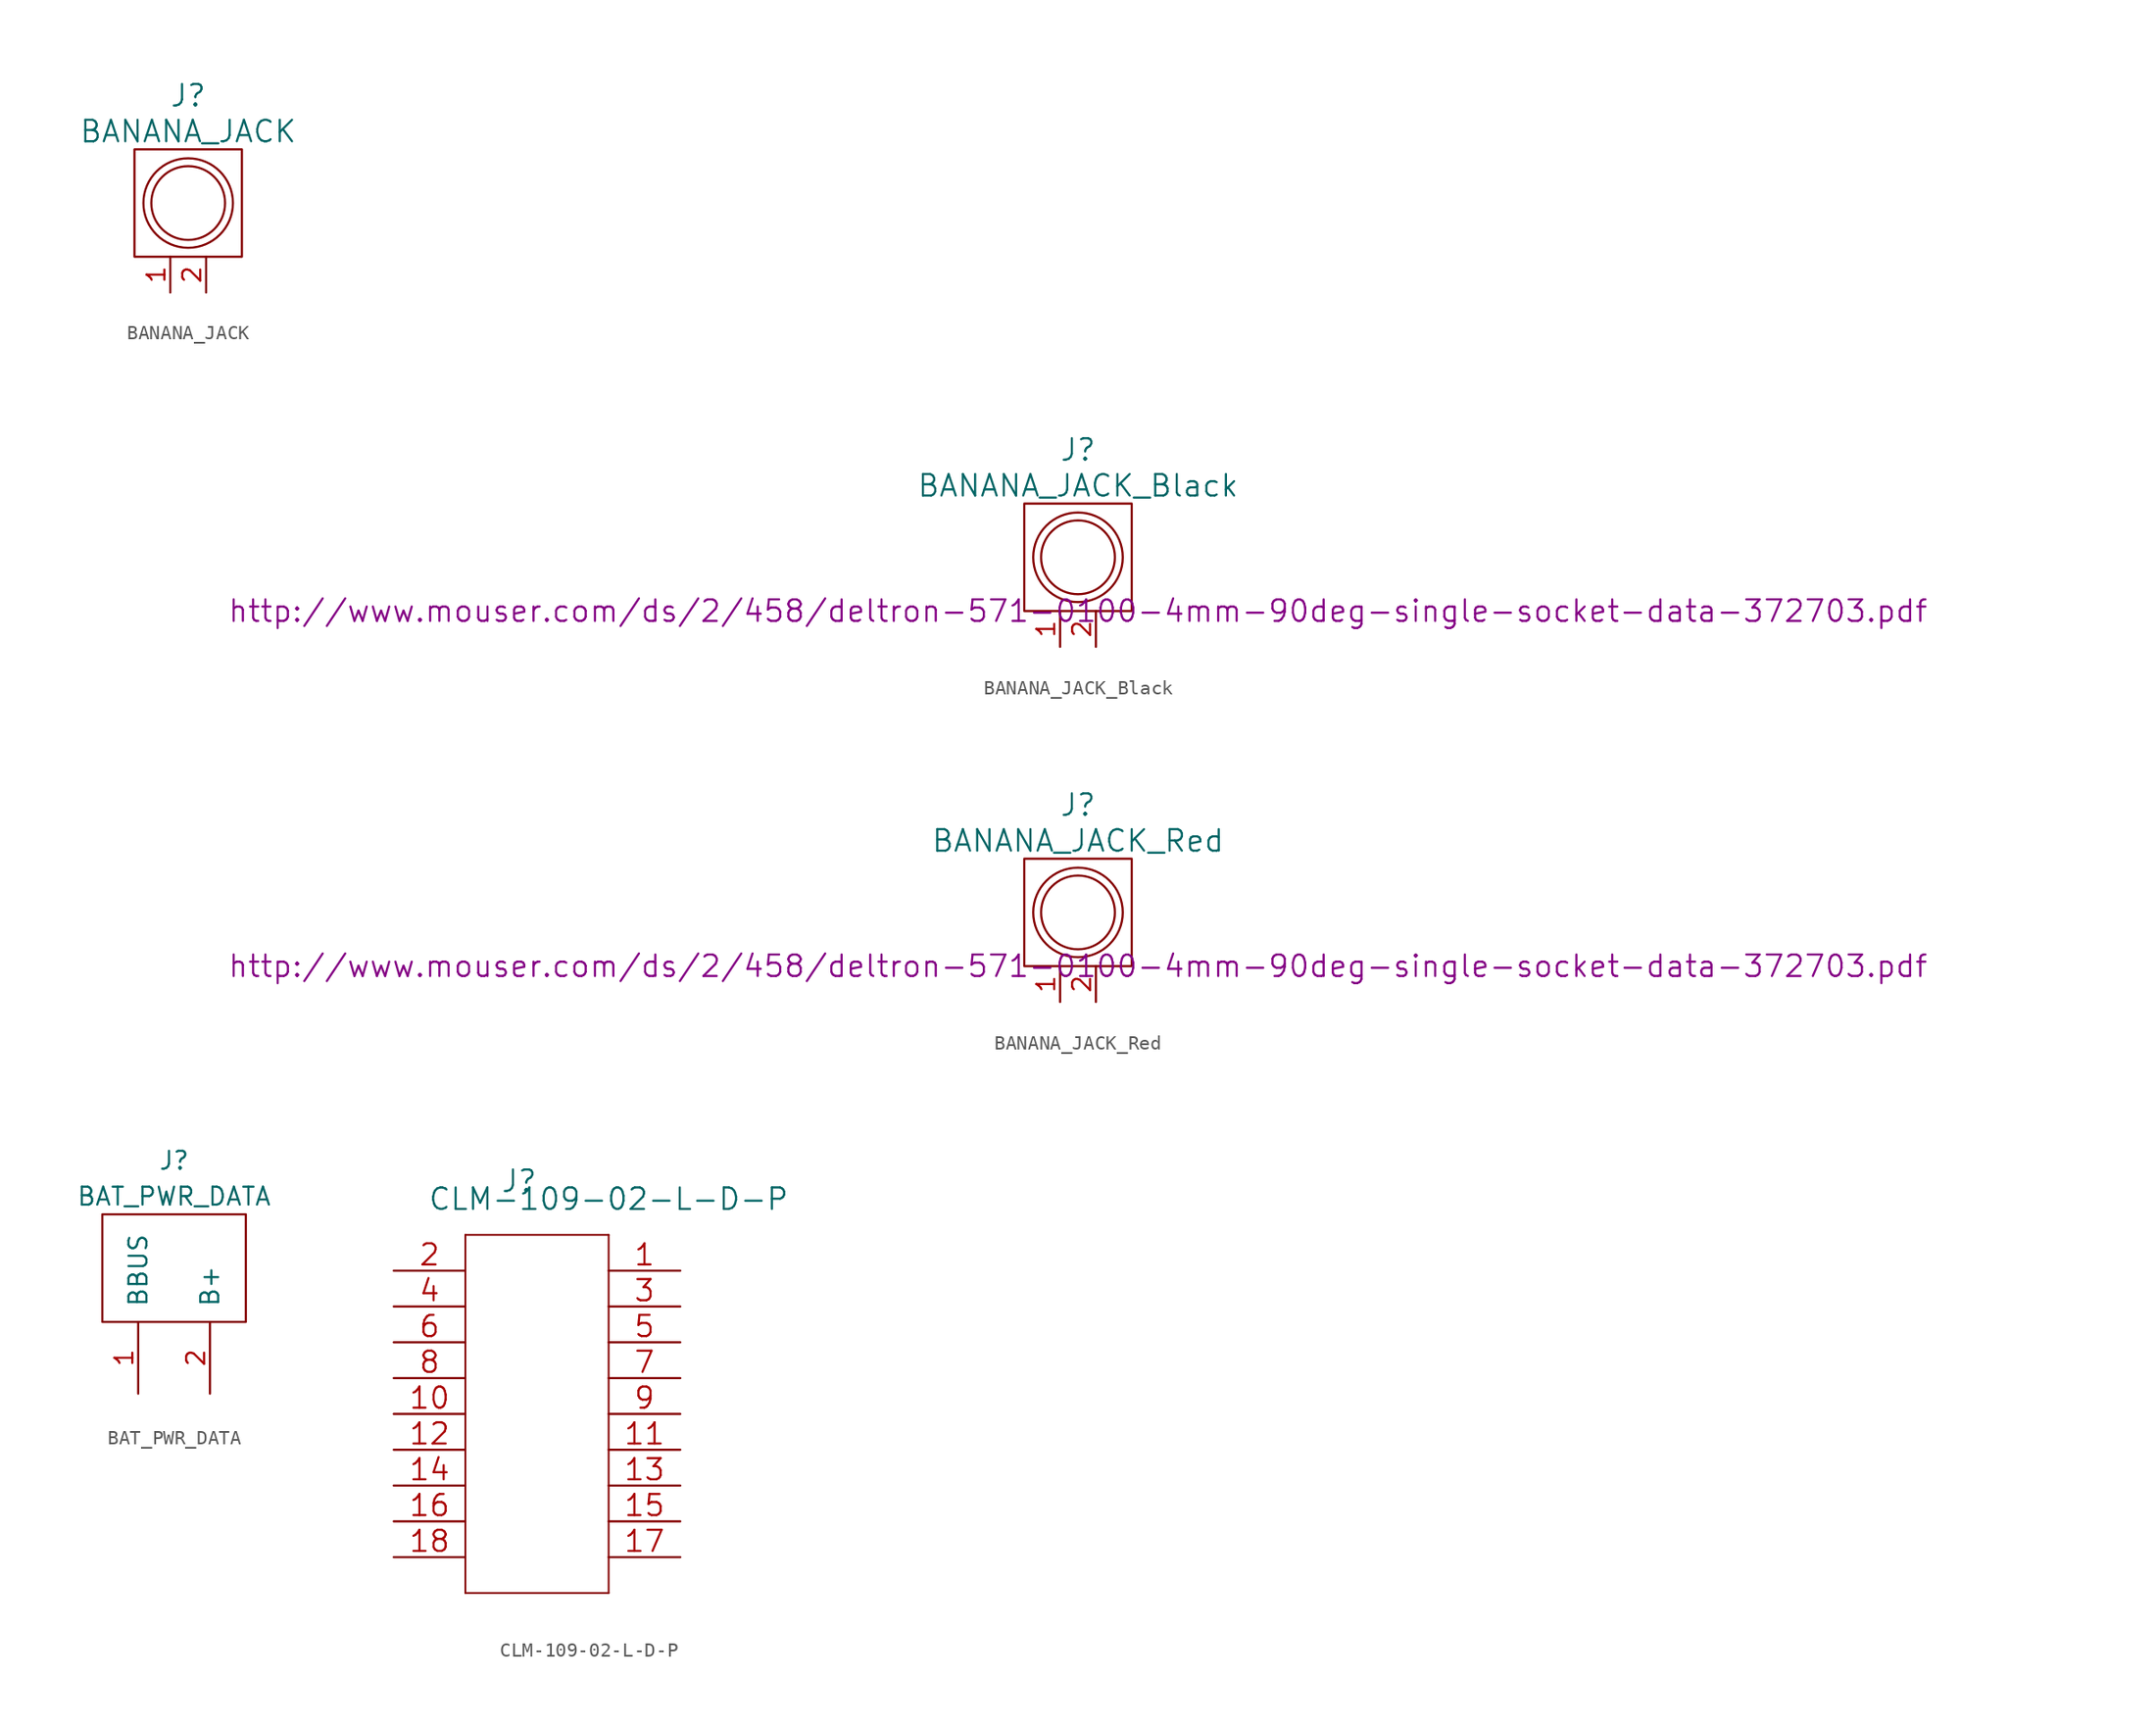
<source format=kicad_sym>
(kicad_symbol_lib
  (version 20231120)
  (generator "kicad_symbol_editor")
  (generator_version "8.0")
  (symbol "BANANA_JACK"
    (pin_names
      (offset 1.016) hide)
    (property "Reference" "J"
      (at 0 7.62 0)
      (effects (font (size 1.524 1.524))))
    (property "Value" "BANANA_JACK"
      (at 0 5.08 0)
      (effects (font (size 1.524 1.524))))
    (property "Footprint" ""
      (at 0 -3.81 0)
      (effects (font (size 1.524 1.524))))
    (property "Datasheet" ""
      (at 0 -3.81 0)
      (effects (font (size 1.524 1.524))))
    (symbol "BANANA_JACK_0_1"
      (rectangle (start -3.81 -3.81) (end 3.81 3.81) (stroke (width 0) (type default)) (fill (type none)))
      (circle (center 0 0) (radius 2.616) (stroke (width 0) (type default)) (fill (type none)))
      (circle (center 0 0) (radius 3.175) (stroke (width 0) (type default)) (fill (type none))))
    (symbol "BANANA_JACK_1_1"
      (pin input line (at -1.27 -6.35 90) (length 2.54) (name "1" (effects (font (size 1.27 1.27)))) (number "1" (effects (font (size 1.27 1.27)))))
      (pin input line (at 1.27 -6.35 90) (length 2.54) (name "2" (effects (font (size 1.27 1.27)))) (number "2" (effects (font (size 1.27 1.27)))))))
  (symbol "BANANA_JACK_Black"
    (pin_names
      (offset 1.016) hide)
    (property "Reference" "J"
      (at 0 7.62 0)
      (effects (font (size 1.524 1.524))))
    (property "Value" "BANANA_JACK_Black"
      (at 0 5.08 0)
      (effects (font (size 1.524 1.524))))
    (property "Footprint" ""
      (at 0 -3.81 0)
      (effects (font (size 1.524 1.524))))
    (property "Datasheet" "http://www.mouser.com/ds/2/458/deltron-571-0100-4mm-90deg-single-socket-data-372703.pdf"
      (at 0 -3.81 0)
      (effects (font (size 1.524 1.524))))
    (symbol "BANANA_JACK_Black_0_1"
      (rectangle (start -3.81 -3.81) (end 3.81 3.81) (stroke (width 0) (type default)) (fill (type none)))
      (circle (center 0 0) (radius 2.616) (stroke (width 0) (type default)) (fill (type none)))
      (circle (center 0 0) (radius 3.175) (stroke (width 0) (type default)) (fill (type none))))
    (symbol "BANANA_JACK_Black_1_1"
      (pin input line (at -1.27 -6.35 90) (length 2.54) (name "1" (effects (font (size 1.27 1.27)))) (number "1" (effects (font (size 1.27 1.27)))))
      (pin input line (at 1.27 -6.35 90) (length 2.54) (name "2" (effects (font (size 1.27 1.27)))) (number "2" (effects (font (size 1.27 1.27)))))))
  (symbol "BANANA_JACK_Red"
    (pin_names
      (offset 1.016) hide)
    (property "Reference" "J"
      (at 0 7.62 0)
      (effects (font (size 1.524 1.524))))
    (property "Value" "BANANA_JACK_Red"
      (at 0 5.08 0)
      (effects (font (size 1.524 1.524))))
    (property "Footprint" ""
      (at 0 -3.81 0)
      (effects (font (size 1.524 1.524))))
    (property "Datasheet" "http://www.mouser.com/ds/2/458/deltron-571-0100-4mm-90deg-single-socket-data-372703.pdf"
      (at 0 -3.81 0)
      (effects (font (size 1.524 1.524))))
    (symbol "BANANA_JACK_Red_0_1"
      (rectangle (start -3.81 -3.81) (end 3.81 3.81) (stroke (width 0) (type default)) (fill (type none)))
      (circle (center 0 0) (radius 2.616) (stroke (width 0) (type default)) (fill (type none)))
      (circle (center 0 0) (radius 3.175) (stroke (width 0) (type default)) (fill (type none))))
    (symbol "BANANA_JACK_Red_1_1"
      (pin input line (at -1.27 -6.35 90) (length 2.54) (name "1" (effects (font (size 1.27 1.27)))) (number "1" (effects (font (size 1.27 1.27)))))
      (pin input line (at 1.27 -6.35 90) (length 2.54) (name "2" (effects (font (size 1.27 1.27)))) (number "2" (effects (font (size 1.27 1.27)))))))
  (symbol "BAT_PWR_DATA"
    (pin_names
      (offset 1.016))
    (property "Reference" "J"
      (at 0 6.35 0)
      (effects (font (size 1.27 1.27))))
    (property "Value" "BAT_PWR_DATA"
      (at 0 3.81 0)
      (effects (font (size 1.27 1.27))))
    (symbol "BAT_PWR_DATA_0_1"
      (rectangle (start -5.08 -5.08) (end 5.08 2.54) (stroke (width 0) (type default)) (fill (type none))))
    (symbol "BAT_PWR_DATA_1_1"
      (pin input line (at -2.54 -10.16 90) (length 5.08) (name "BBUS" (effects (font (size 1.27 1.27)))) (number "1" (effects (font (size 1.27 1.27)))))
      (pin input line (at 2.54 -10.16 90) (length 5.08) (name "B+" (effects (font (size 1.27 1.27)))) (number "2" (effects (font (size 1.27 1.27)))))))
  (symbol "CLM-109-02-L-D-P"
    (pin_names
      (offset 0.254) hide)
    (property "Reference" "J"
      (at -1.27 15.24 0)
      (effects (font (size 1.524 1.524))))
    (property "Value" "CLM-109-02-L-D-P"
      (at 5.08 13.97 0)
      (effects (font (size 1.524 1.524))))
    (property "Datasheet" ""
      (at 10.16 8.89 0)
      (effects (font (size 1.524 1.524))))
    (symbol "CLM-109-02-L-D-P_1_1"
      (polyline (pts (xy -5.08 -13.97) (xy 5.08 -13.97)) (stroke (width 0.127) (type default)) (fill (type none)))
      (polyline (pts (xy -5.08 11.43) (xy -5.08 -13.97)) (stroke (width 0.127) (type default)) (fill (type none)))
      (polyline (pts (xy 5.08 -13.97) (xy 5.08 11.43)) (stroke (width 0.127) (type default)) (fill (type none)))
      (polyline (pts (xy 5.08 11.43) (xy -5.08 11.43)) (stroke (width 0.127) (type default)) (fill (type none)))
      (pin unspecified line (at 10.16 8.89 180) (length 5.08) (name "1" (effects (font (size 1.499 1.499)))) (number "1" (effects (font (size 1.499 1.499)))))
      (pin unspecified line (at -10.16 -1.27 0) (length 5.08) (name "10" (effects (font (size 1.499 1.499)))) (number "10" (effects (font (size 1.499 1.499)))))
      (pin unspecified line (at 10.16 -3.81 180) (length 5.08) (name "11" (effects (font (size 1.499 1.499)))) (number "11" (effects (font (size 1.499 1.499)))))
      (pin unspecified line (at -10.16 -3.81 0) (length 5.08) (name "12" (effects (font (size 1.499 1.499)))) (number "12" (effects (font (size 1.499 1.499)))))
      (pin unspecified line (at 10.16 -6.35 180) (length 5.08) (name "13" (effects (font (size 1.499 1.499)))) (number "13" (effects (font (size 1.499 1.499)))))
      (pin unspecified line (at -10.16 -6.35 0) (length 5.08) (name "14" (effects (font (size 1.499 1.499)))) (number "14" (effects (font (size 1.499 1.499)))))
      (pin unspecified line (at 10.16 -8.89 180) (length 5.08) (name "15" (effects (font (size 1.499 1.499)))) (number "15" (effects (font (size 1.499 1.499)))))
      (pin unspecified line (at -10.16 -8.89 0) (length 5.08) (name "16" (effects (font (size 1.499 1.499)))) (number "16" (effects (font (size 1.499 1.499)))))
      (pin unspecified line (at 10.16 -11.43 180) (length 5.08) (name "17" (effects (font (size 1.499 1.499)))) (number "17" (effects (font (size 1.499 1.499)))))
      (pin unspecified line (at -10.16 -11.43 0) (length 5.08) (name "18" (effects (font (size 1.499 1.499)))) (number "18" (effects (font (size 1.499 1.499)))))
      (pin unspecified line (at -10.16 8.89 0) (length 5.08) (name "2" (effects (font (size 1.499 1.499)))) (number "2" (effects (font (size 1.499 1.499)))))
      (pin unspecified line (at 10.16 6.35 180) (length 5.08) (name "3" (effects (font (size 1.499 1.499)))) (number "3" (effects (font (size 1.499 1.499)))))
      (pin unspecified line (at -10.16 6.35 0) (length 5.08) (name "4" (effects (font (size 1.499 1.499)))) (number "4" (effects (font (size 1.499 1.499)))))
      (pin unspecified line (at 10.16 3.81 180) (length 5.08) (name "5" (effects (font (size 1.499 1.499)))) (number "5" (effects (font (size 1.499 1.499)))))
      (pin unspecified line (at -10.16 3.81 0) (length 5.08) (name "6" (effects (font (size 1.499 1.499)))) (number "6" (effects (font (size 1.499 1.499)))))
      (pin unspecified line (at 10.16 1.27 180) (length 5.08) (name "7" (effects (font (size 1.499 1.499)))) (number "7" (effects (font (size 1.499 1.499)))))
      (pin unspecified line (at -10.16 1.27 0) (length 5.08) (name "8" (effects (font (size 1.499 1.499)))) (number "8" (effects (font (size 1.499 1.499)))))
      (pin unspecified line (at 10.16 -1.27 180) (length 5.08) (name "9" (effects (font (size 1.499 1.499)))) (number "9" (effects (font (size 1.499 1.499))))))))
</source>
